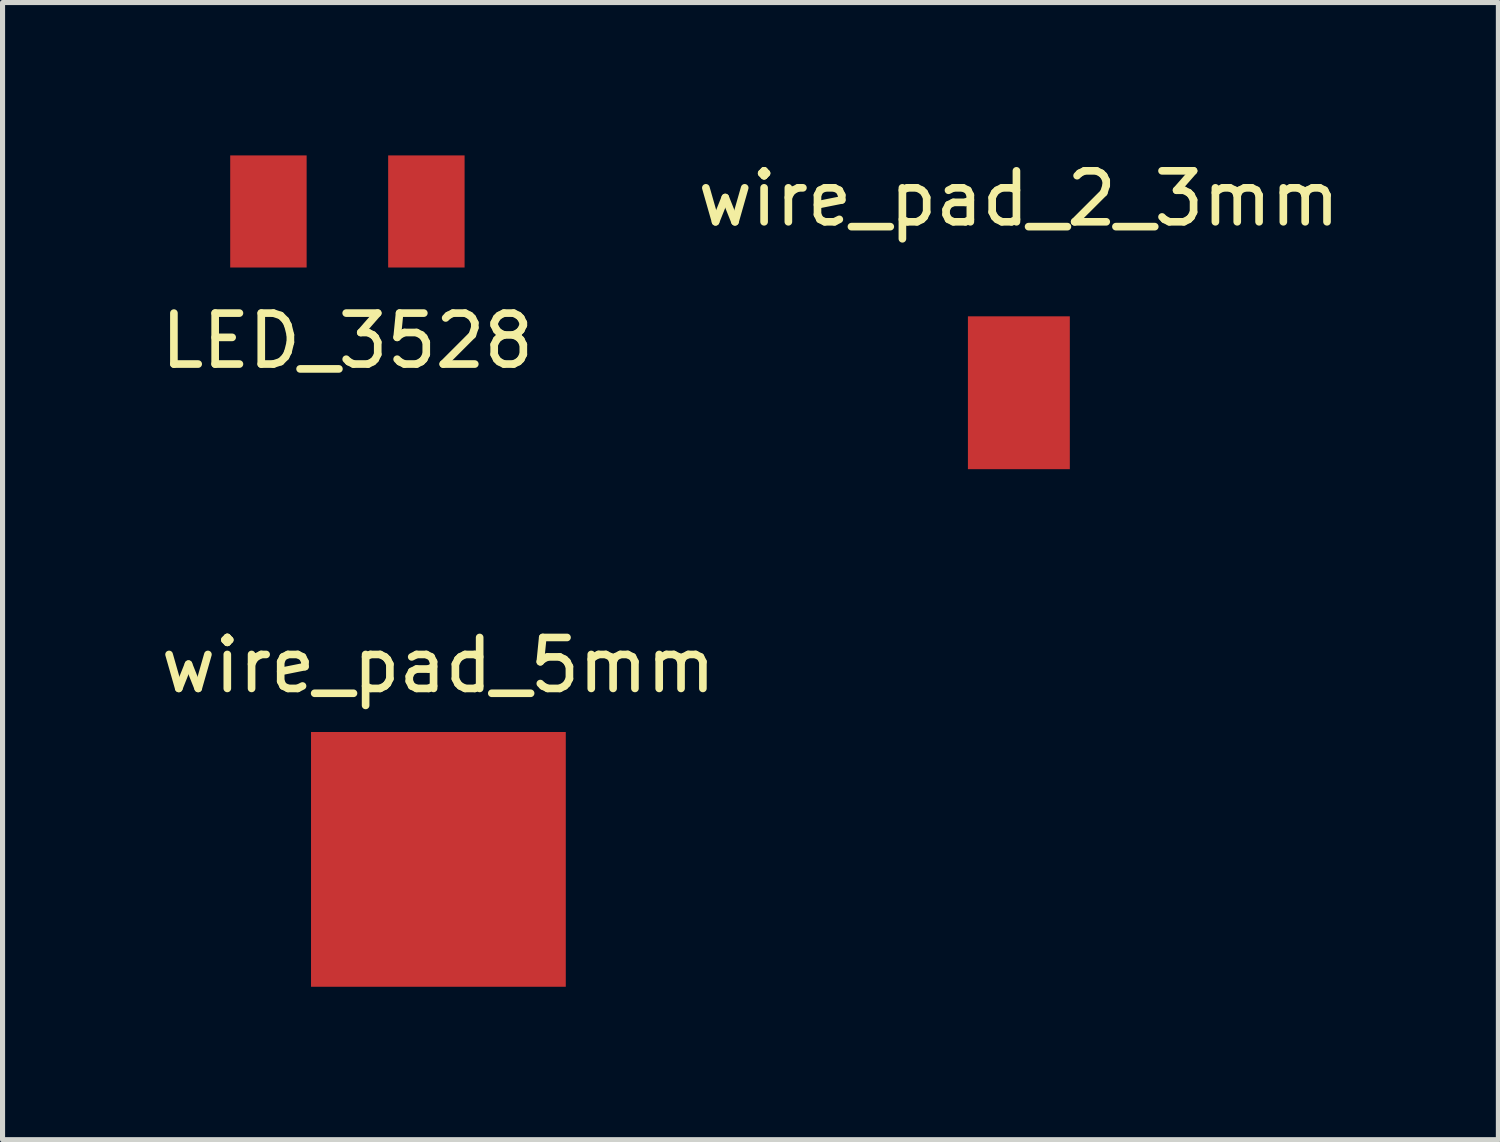
<source format=kicad_pcb>
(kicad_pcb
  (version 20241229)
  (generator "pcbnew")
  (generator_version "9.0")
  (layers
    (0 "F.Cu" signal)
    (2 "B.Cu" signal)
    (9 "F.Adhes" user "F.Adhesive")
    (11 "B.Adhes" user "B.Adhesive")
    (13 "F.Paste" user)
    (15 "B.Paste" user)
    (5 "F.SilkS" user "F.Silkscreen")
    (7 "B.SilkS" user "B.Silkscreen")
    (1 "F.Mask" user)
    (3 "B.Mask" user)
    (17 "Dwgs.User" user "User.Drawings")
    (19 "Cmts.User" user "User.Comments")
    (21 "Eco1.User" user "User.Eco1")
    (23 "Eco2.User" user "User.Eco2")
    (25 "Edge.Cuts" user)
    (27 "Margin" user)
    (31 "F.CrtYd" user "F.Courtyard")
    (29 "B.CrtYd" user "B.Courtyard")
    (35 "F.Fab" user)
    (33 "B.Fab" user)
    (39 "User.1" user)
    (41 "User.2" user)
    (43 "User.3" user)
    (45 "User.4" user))
  (footprint "LED_3528"
    (layer "F.Cu")
    (at 3.768 1.1)
    (property "Reference" "LED_3528" (at 0 2.54 0) (layer "F.SilkS") (effects (font (size 1 1) (thickness 0.15))))
    (attr through_hole)
    (pad "1" smd rect (at -1.55 0) (size 1.5 2.2) (layers "F.Cu" "F.Mask" "F.Paste"))
    (pad "2" smd rect (at 1.55 0) (size 1.5 2.2) (layers "F.Cu" "F.Mask" "F.Paste")))
  (footprint "wire_pad_5mm"
    (layer "F.Cu")
    (at 5.554 13.816)
    (property "Reference" "wire_pad_5mm" (at 0 -3.81 0) (layer "F.SilkS") (effects (font (size 1 1) (thickness 0.15))))
    (attr through_hole)
    (pad "1" smd rect (at 0 0) (size 5 5) (layers "F.Cu" "F.Mask" "F.Paste")))
  (footprint "wire_pad_2_3mm"
    (layer "F.Cu")
    (at 16.946 4.658)
    (property "Reference" "wire_pad_2_3mm" (at 0 -3.81 0) (layer "F.SilkS") (effects (font (size 1 1) (thickness 0.15))))
    (attr through_hole)
    (pad "1" smd rect (at 0 0) (size 2 3) (layers "F.Cu" "F.Mask" "F.Paste")))
  (gr_rect
    (start -3 -3)
    (end 26.357 19.317)
    (stroke (width 0.1) (type default))
    (fill no)
    (layer "Edge.Cuts")))
</source>
